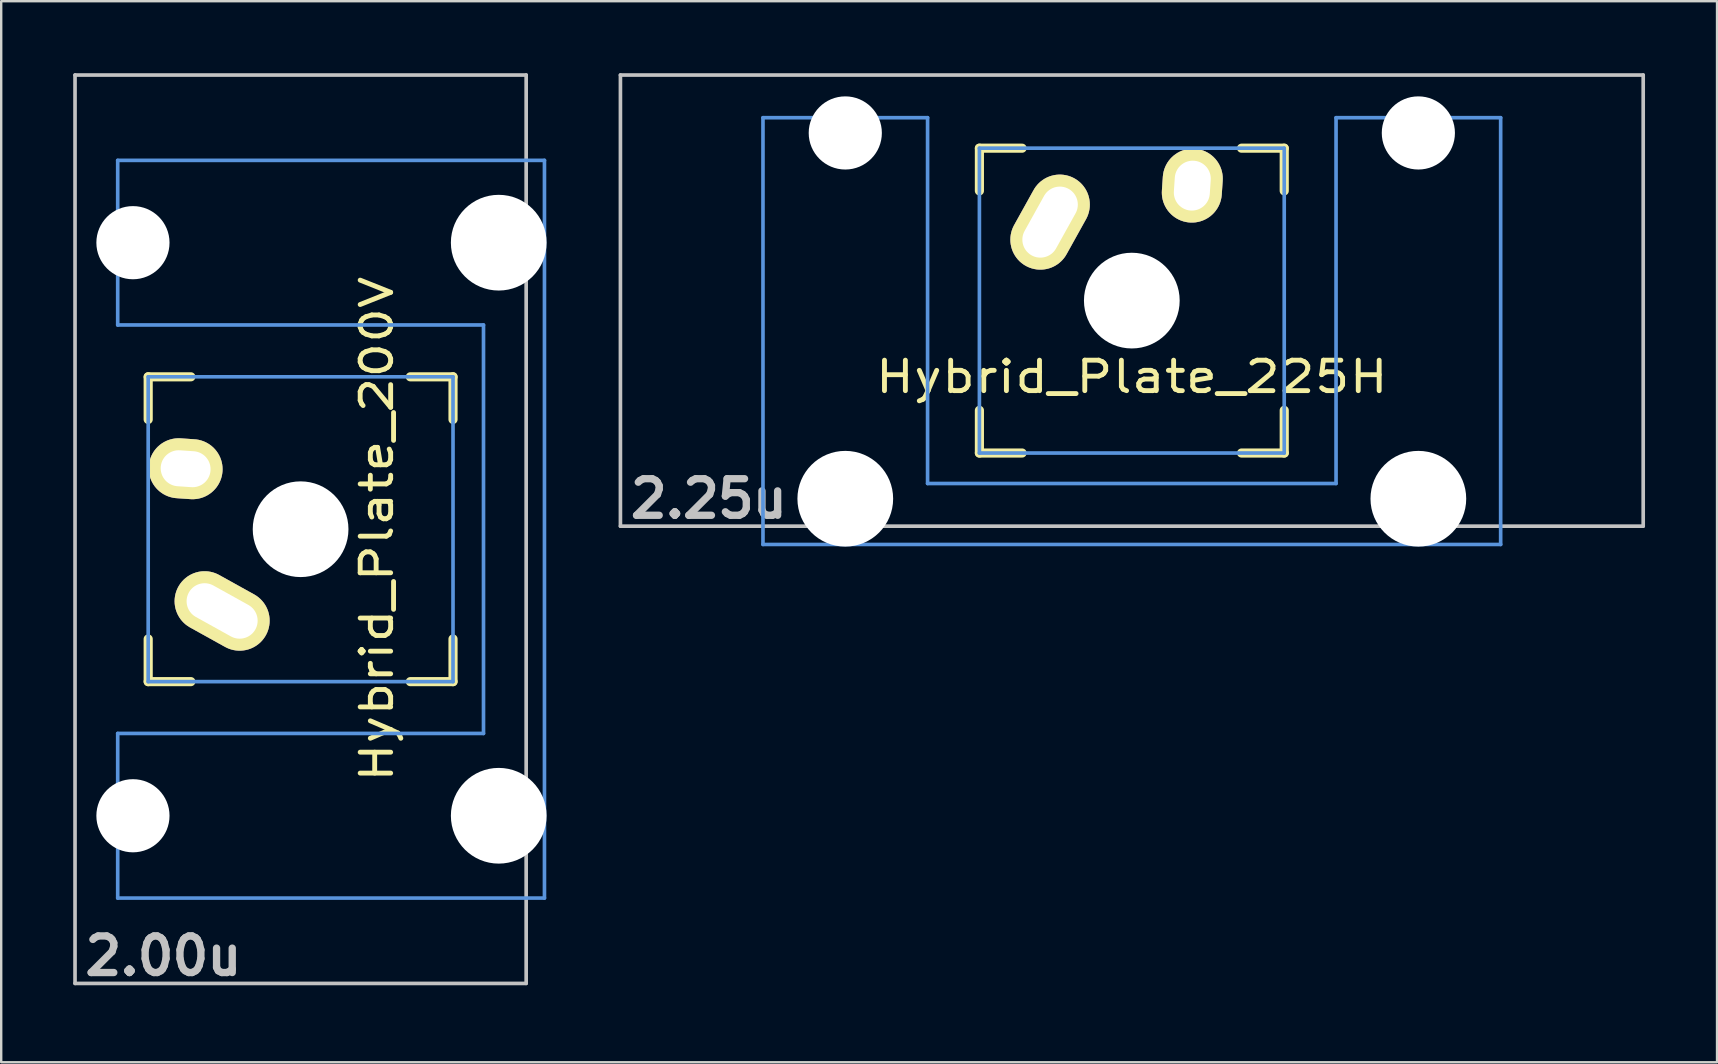
<source format=kicad_pcb>
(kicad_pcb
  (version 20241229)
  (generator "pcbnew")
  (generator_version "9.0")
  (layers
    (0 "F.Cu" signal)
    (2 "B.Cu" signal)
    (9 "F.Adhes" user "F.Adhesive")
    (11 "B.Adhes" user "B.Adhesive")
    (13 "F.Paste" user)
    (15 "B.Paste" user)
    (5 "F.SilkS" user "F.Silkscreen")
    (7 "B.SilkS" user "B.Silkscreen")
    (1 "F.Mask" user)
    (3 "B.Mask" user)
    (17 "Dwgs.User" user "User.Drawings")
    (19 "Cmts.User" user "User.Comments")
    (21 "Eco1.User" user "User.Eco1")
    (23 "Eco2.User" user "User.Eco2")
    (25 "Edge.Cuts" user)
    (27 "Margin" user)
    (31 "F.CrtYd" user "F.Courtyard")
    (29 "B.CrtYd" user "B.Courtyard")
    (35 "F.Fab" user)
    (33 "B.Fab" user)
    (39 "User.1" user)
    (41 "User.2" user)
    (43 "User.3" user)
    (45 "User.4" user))
  (footprint "Hybrid_Plate_200V"
    (layer "F.Cu")
    (at 9.474 18.999)
    (property "Reference" "Hybrid_Plate_200V" (at 3.175 0 90) (layer "F.SilkS") (effects (font (size 1.27 1.524) (thickness 0.203))))
    (attr through_hole)
    (fp_line (start -6.35 -6.35) (end -4.572 -6.35) (stroke (width 0.381) (type solid)) (layer "F.SilkS"))
    (fp_line (start -6.35 -4.572) (end -6.35 -6.35) (stroke (width 0.381) (type solid)) (layer "F.SilkS"))
    (fp_line (start -6.35 6.35) (end -6.35 4.572) (stroke (width 0.381) (type solid)) (layer "F.SilkS"))
    (fp_line (start -4.572 6.35) (end -6.35 6.35) (stroke (width 0.381) (type solid)) (layer "F.SilkS"))
    (fp_line (start 4.572 -6.35) (end 6.35 -6.35) (stroke (width 0.381) (type solid)) (layer "F.SilkS"))
    (fp_line (start 6.35 -6.35) (end 6.35 -4.572) (stroke (width 0.381) (type solid)) (layer "F.SilkS"))
    (fp_line (start 6.35 4.572) (end 6.35 6.35) (stroke (width 0.381) (type solid)) (layer "F.SilkS"))
    (fp_line (start 6.35 6.35) (end 4.572 6.35) (stroke (width 0.381) (type solid)) (layer "F.SilkS"))
    (fp_line (start -9.398 -18.923) (end 9.398 -18.923) (stroke (width 0.152) (type solid)) (layer "Dwgs.User"))
    (fp_line (start -9.398 18.923) (end -9.398 -18.923) (stroke (width 0.152) (type solid)) (layer "Dwgs.User"))
    (fp_line (start 9.398 -18.923) (end 9.398 18.923) (stroke (width 0.152) (type solid)) (layer "Dwgs.User"))
    (fp_line (start 9.398 18.923) (end -9.398 18.923) (stroke (width 0.152) (type solid)) (layer "Dwgs.User"))
    (fp_line (start -7.62 -15.367) (end -7.62 -8.509) (stroke (width 0.152) (type solid)) (layer "Cmts.User"))
    (fp_line (start -7.62 -8.509) (end 7.62 -8.509) (stroke (width 0.152) (type solid)) (layer "Cmts.User"))
    (fp_line (start -7.62 8.509) (end -7.62 15.367) (stroke (width 0.152) (type solid)) (layer "Cmts.User"))
    (fp_line (start -7.62 15.367) (end 10.16 15.367) (stroke (width 0.152) (type solid)) (layer "Cmts.User"))
    (fp_line (start -6.35 -6.35) (end 6.35 -6.35) (stroke (width 0.152) (type solid)) (layer "Cmts.User"))
    (fp_line (start -6.35 6.35) (end -6.35 -6.35) (stroke (width 0.152) (type solid)) (layer "Cmts.User"))
    (fp_line (start 6.35 -6.35) (end 6.35 6.35) (stroke (width 0.152) (type solid)) (layer "Cmts.User"))
    (fp_line (start 6.35 6.35) (end -6.35 6.35) (stroke (width 0.152) (type solid)) (layer "Cmts.User"))
    (fp_line (start 7.62 -8.509) (end 7.62 8.509) (stroke (width 0.152) (type solid)) (layer "Cmts.User"))
    (fp_line (start 7.62 8.509) (end -7.62 8.509) (stroke (width 0.152) (type solid)) (layer "Cmts.User"))
    (fp_line (start 10.16 -15.367) (end -7.62 -15.367) (stroke (width 0.152) (type solid)) (layer "Cmts.User"))
    (fp_line (start 10.16 15.367) (end 10.16 -15.367) (stroke (width 0.152) (type solid)) (layer "Cmts.User"))
    (fp_line (start -6.985 -6.985) (end -4.877 -6.985) (stroke (width 0.152) (type solid)) (layer "Eco2.User"))
    (fp_line (start -6.985 6.985) (end -6.985 -6.985) (stroke (width 0.152) (type solid)) (layer "Eco2.User"))
    (fp_line (start -5.69 -15.265) (end -2.286 -15.265) (stroke (width 0.152) (type solid)) (layer "Eco2.User"))
    (fp_line (start -5.69 -8.611) (end -5.69 -15.265) (stroke (width 0.152) (type solid)) (layer "Eco2.User"))
    (fp_line (start -5.69 8.611) (end -4.877 8.611) (stroke (width 0.152) (type solid)) (layer "Eco2.User"))
    (fp_line (start -5.69 15.265) (end -5.69 8.611) (stroke (width 0.152) (type solid)) (layer "Eco2.User"))
    (fp_line (start -4.877 -8.611) (end -5.69 -8.611) (stroke (width 0.152) (type solid)) (layer "Eco2.User"))
    (fp_line (start -4.877 -6.985) (end -4.877 -8.611) (stroke (width 0.152) (type solid)) (layer "Eco2.User"))
    (fp_line (start -4.877 6.985) (end -6.985 6.985) (stroke (width 0.152) (type solid)) (layer "Eco2.User"))
    (fp_line (start -4.877 8.611) (end -4.877 6.985) (stroke (width 0.152) (type solid)) (layer "Eco2.User"))
    (fp_line (start -2.286 -16.129) (end 0.508 -16.129) (stroke (width 0.152) (type solid)) (layer "Eco2.User"))
    (fp_line (start -2.286 -15.265) (end -2.286 -16.129) (stroke (width 0.152) (type solid)) (layer "Eco2.User"))
    (fp_line (start -2.286 15.265) (end -5.69 15.265) (stroke (width 0.152) (type solid)) (layer "Eco2.User"))
    (fp_line (start -2.286 16.129) (end -2.286 15.265) (stroke (width 0.152) (type solid)) (layer "Eco2.User"))
    (fp_line (start 0.508 -16.129) (end 0.508 -15.265) (stroke (width 0.152) (type solid)) (layer "Eco2.User"))
    (fp_line (start 0.508 -15.265) (end 6.604 -15.265) (stroke (width 0.152) (type solid)) (layer "Eco2.User"))
    (fp_line (start 0.508 15.265) (end 0.508 16.129) (stroke (width 0.152) (type solid)) (layer "Eco2.User"))
    (fp_line (start 0.508 16.129) (end -2.286 16.129) (stroke (width 0.152) (type solid)) (layer "Eco2.User"))
    (fp_line (start 5.817 -8.611) (end 5.817 -6.985) (stroke (width 0.152) (type solid)) (layer "Eco2.User"))
    (fp_line (start 5.817 -6.985) (end 6.985 -6.985) (stroke (width 0.152) (type solid)) (layer "Eco2.User"))
    (fp_line (start 5.817 6.985) (end 5.817 8.611) (stroke (width 0.152) (type solid)) (layer "Eco2.User"))
    (fp_line (start 5.817 8.611) (end 6.604 8.611) (stroke (width 0.152) (type solid)) (layer "Eco2.User"))
    (fp_line (start 6.604 -15.265) (end 6.604 -14.224) (stroke (width 0.152) (type solid)) (layer "Eco2.User"))
    (fp_line (start 6.604 -14.224) (end 7.772 -14.224) (stroke (width 0.152) (type solid)) (layer "Eco2.User"))
    (fp_line (start 6.604 -9.652) (end 6.604 -8.611) (stroke (width 0.152) (type solid)) (layer "Eco2.User"))
    (fp_line (start 6.604 -8.611) (end 5.817 -8.611) (stroke (width 0.152) (type solid)) (layer "Eco2.User"))
    (fp_line (start 6.604 8.611) (end 6.604 9.652) (stroke (width 0.152) (type solid)) (layer "Eco2.User"))
    (fp_line (start 6.604 9.652) (end 7.772 9.652) (stroke (width 0.152) (type solid)) (layer "Eco2.User"))
    (fp_line (start 6.604 14.224) (end 6.604 15.265) (stroke (width 0.152) (type solid)) (layer "Eco2.User"))
    (fp_line (start 6.604 15.265) (end 0.508 15.265) (stroke (width 0.152) (type solid)) (layer "Eco2.User"))
    (fp_line (start 6.985 -6.985) (end 6.985 6.985) (stroke (width 0.152) (type solid)) (layer "Eco2.User"))
    (fp_line (start 6.985 6.985) (end 5.817 6.985) (stroke (width 0.152) (type solid)) (layer "Eco2.User"))
    (fp_line (start 7.772 -14.224) (end 7.772 -9.652) (stroke (width 0.152) (type solid)) (layer "Eco2.User"))
    (fp_line (start 7.772 -9.652) (end 6.604 -9.652) (stroke (width 0.152) (type solid)) (layer "Eco2.User"))
    (fp_line (start 7.772 9.652) (end 7.772 14.224) (stroke (width 0.152) (type solid)) (layer "Eco2.User"))
    (fp_line (start 7.772 14.224) (end 6.604 14.224) (stroke (width 0.152) (type solid)) (layer "Eco2.User"))
    (fp_text user "2.00u" (at -5.715 17.78 0) (layer "Dwgs.User") (effects (font (size 1.524 1.524) (thickness 0.305))))
    (pad "" np_thru_hole circle (at -6.985 -11.938 90) (size 3.048 3.048) (drill 3.048) (layers "*.Cu"))
    (pad "" np_thru_hole circle (at -6.985 11.938 90) (size 3.048 3.048) (drill 3.048) (layers "*.Cu"))
    (pad "" np_thru_hole circle (at 0 0 90) (size 3.988 3.988) (drill 3.988) (layers "*.Cu"))
    (pad "" np_thru_hole circle (at 8.255 -11.938 90) (size 3.988 3.988) (drill 3.988) (layers "*.Cu"))
    (pad "" np_thru_hole circle (at 8.255 11.938 90) (size 3.988 3.988) (drill 3.988) (layers "*.Cu"))
    (pad "1" thru_hole oval (at -3.27 3.405 60.95) (size 2.5 4.17) (drill oval 1.5 3.17) (layers "*.Cu" "*.Mask" "F.SilkS"))
    (pad "2" thru_hole oval (at -4.79 -2.52 86.1) (size 2.5 3.08) (drill oval 1.5 2.08) (layers "*.Cu" "*.Mask" "F.SilkS")))
  (footprint "Hybrid_Plate_225H"
    (layer "F.Cu")
    (at 44.105 9.474)
    (property "Reference" "Hybrid_Plate_225H" (at 0 3.175 0) (layer "F.SilkS") (effects (font (size 1.27 1.524) (thickness 0.203))))
    (attr through_hole)
    (fp_line (start -6.35 -6.35) (end -4.572 -6.35) (stroke (width 0.381) (type solid)) (layer "F.SilkS"))
    (fp_line (start -6.35 -4.572) (end -6.35 -6.35) (stroke (width 0.381) (type solid)) (layer "F.SilkS"))
    (fp_line (start -6.35 6.35) (end -6.35 4.572) (stroke (width 0.381) (type solid)) (layer "F.SilkS"))
    (fp_line (start -4.572 6.35) (end -6.35 6.35) (stroke (width 0.381) (type solid)) (layer "F.SilkS"))
    (fp_line (start 4.572 -6.35) (end 6.35 -6.35) (stroke (width 0.381) (type solid)) (layer "F.SilkS"))
    (fp_line (start 6.35 -6.35) (end 6.35 -4.572) (stroke (width 0.381) (type solid)) (layer "F.SilkS"))
    (fp_line (start 6.35 4.572) (end 6.35 6.35) (stroke (width 0.381) (type solid)) (layer "F.SilkS"))
    (fp_line (start 6.35 6.35) (end 4.572 6.35) (stroke (width 0.381) (type solid)) (layer "F.SilkS"))
    (fp_line (start -21.306 -9.398) (end 21.306 -9.398) (stroke (width 0.152) (type solid)) (layer "Dwgs.User"))
    (fp_line (start -21.306 9.398) (end -21.306 -9.398) (stroke (width 0.152) (type solid)) (layer "Dwgs.User"))
    (fp_line (start 21.306 -9.398) (end 21.306 9.398) (stroke (width 0.152) (type solid)) (layer "Dwgs.User"))
    (fp_line (start 21.306 9.398) (end -21.306 9.398) (stroke (width 0.152) (type solid)) (layer "Dwgs.User"))
    (fp_line (start -15.367 -7.62) (end -15.367 10.16) (stroke (width 0.152) (type solid)) (layer "Cmts.User"))
    (fp_line (start -15.367 10.16) (end 15.367 10.16) (stroke (width 0.152) (type solid)) (layer "Cmts.User"))
    (fp_line (start -8.509 -7.62) (end -15.367 -7.62) (stroke (width 0.152) (type solid)) (layer "Cmts.User"))
    (fp_line (start -8.509 7.62) (end -8.509 -7.62) (stroke (width 0.152) (type solid)) (layer "Cmts.User"))
    (fp_line (start -6.35 -6.35) (end 6.35 -6.35) (stroke (width 0.152) (type solid)) (layer "Cmts.User"))
    (fp_line (start -6.35 6.35) (end -6.35 -6.35) (stroke (width 0.152) (type solid)) (layer "Cmts.User"))
    (fp_line (start 6.35 -6.35) (end 6.35 6.35) (stroke (width 0.152) (type solid)) (layer "Cmts.User"))
    (fp_line (start 6.35 6.35) (end -6.35 6.35) (stroke (width 0.152) (type solid)) (layer "Cmts.User"))
    (fp_line (start 8.509 -7.62) (end 8.509 7.62) (stroke (width 0.152) (type solid)) (layer "Cmts.User"))
    (fp_line (start 8.509 7.62) (end -8.509 7.62) (stroke (width 0.152) (type solid)) (layer "Cmts.User"))
    (fp_line (start 15.367 -7.62) (end 8.509 -7.62) (stroke (width 0.152) (type solid)) (layer "Cmts.User"))
    (fp_line (start 15.367 10.16) (end 15.367 -7.62) (stroke (width 0.152) (type solid)) (layer "Cmts.User"))
    (fp_line (start -16.129 -2.286) (end -15.265 -2.286) (stroke (width 0.152) (type solid)) (layer "Eco2.User"))
    (fp_line (start -16.129 0.508) (end -16.129 -2.286) (stroke (width 0.152) (type solid)) (layer "Eco2.User"))
    (fp_line (start -15.265 -5.69) (end -8.611 -5.69) (stroke (width 0.152) (type solid)) (layer "Eco2.User"))
    (fp_line (start -15.265 -2.286) (end -15.265 -5.69) (stroke (width 0.152) (type solid)) (layer "Eco2.User"))
    (fp_line (start -15.265 0.508) (end -16.129 0.508) (stroke (width 0.152) (type solid)) (layer "Eco2.User"))
    (fp_line (start -15.265 6.604) (end -15.265 0.508) (stroke (width 0.152) (type solid)) (layer "Eco2.User"))
    (fp_line (start -14.224 6.604) (end -15.265 6.604) (stroke (width 0.152) (type solid)) (layer "Eco2.User"))
    (fp_line (start -14.224 7.772) (end -14.224 6.604) (stroke (width 0.152) (type solid)) (layer "Eco2.User"))
    (fp_line (start -9.652 6.604) (end -9.652 7.772) (stroke (width 0.152) (type solid)) (layer "Eco2.User"))
    (fp_line (start -9.652 7.772) (end -14.224 7.772) (stroke (width 0.152) (type solid)) (layer "Eco2.User"))
    (fp_line (start -8.611 -5.69) (end -8.611 -4.877) (stroke (width 0.152) (type solid)) (layer "Eco2.User"))
    (fp_line (start -8.611 -4.877) (end -6.985 -4.877) (stroke (width 0.152) (type solid)) (layer "Eco2.User"))
    (fp_line (start -8.611 5.817) (end -8.611 6.604) (stroke (width 0.152) (type solid)) (layer "Eco2.User"))
    (fp_line (start -8.611 6.604) (end -9.652 6.604) (stroke (width 0.152) (type solid)) (layer "Eco2.User"))
    (fp_line (start -6.985 -6.985) (end 6.985 -6.985) (stroke (width 0.152) (type solid)) (layer "Eco2.User"))
    (fp_line (start -6.985 -4.877) (end -6.985 -6.985) (stroke (width 0.152) (type solid)) (layer "Eco2.User"))
    (fp_line (start -6.985 5.817) (end -8.611 5.817) (stroke (width 0.152) (type solid)) (layer "Eco2.User"))
    (fp_line (start -6.985 6.985) (end -6.985 5.817) (stroke (width 0.152) (type solid)) (layer "Eco2.User"))
    (fp_line (start 6.985 -6.985) (end 6.985 -4.877) (stroke (width 0.152) (type solid)) (layer "Eco2.User"))
    (fp_line (start 6.985 -4.877) (end 8.611 -4.877) (stroke (width 0.152) (type solid)) (layer "Eco2.User"))
    (fp_line (start 6.985 5.817) (end 6.985 6.985) (stroke (width 0.152) (type solid)) (layer "Eco2.User"))
    (fp_line (start 6.985 6.985) (end -6.985 6.985) (stroke (width 0.152) (type solid)) (layer "Eco2.User"))
    (fp_line (start 8.611 -5.69) (end 15.265 -5.69) (stroke (width 0.152) (type solid)) (layer "Eco2.User"))
    (fp_line (start 8.611 -4.877) (end 8.611 -5.69) (stroke (width 0.152) (type solid)) (layer "Eco2.User"))
    (fp_line (start 8.611 5.817) (end 6.985 5.817) (stroke (width 0.152) (type solid)) (layer "Eco2.User"))
    (fp_line (start 8.611 6.604) (end 8.611 5.817) (stroke (width 0.152) (type solid)) (layer "Eco2.User"))
    (fp_line (start 9.652 6.604) (end 8.611 6.604) (stroke (width 0.152) (type solid)) (layer "Eco2.User"))
    (fp_line (start 9.652 7.772) (end 9.652 6.604) (stroke (width 0.152) (type solid)) (layer "Eco2.User"))
    (fp_line (start 14.224 6.604) (end 14.224 7.772) (stroke (width 0.152) (type solid)) (layer "Eco2.User"))
    (fp_line (start 14.224 7.772) (end 9.652 7.772) (stroke (width 0.152) (type solid)) (layer "Eco2.User"))
    (fp_line (start 15.265 -5.69) (end 15.265 -2.286) (stroke (width 0.152) (type solid)) (layer "Eco2.User"))
    (fp_line (start 15.265 -2.286) (end 16.129 -2.286) (stroke (width 0.152) (type solid)) (layer "Eco2.User"))
    (fp_line (start 15.265 0.508) (end 15.265 6.604) (stroke (width 0.152) (type solid)) (layer "Eco2.User"))
    (fp_line (start 15.265 6.604) (end 14.224 6.604) (stroke (width 0.152) (type solid)) (layer "Eco2.User"))
    (fp_line (start 16.129 -2.286) (end 16.129 0.508) (stroke (width 0.152) (type solid)) (layer "Eco2.User"))
    (fp_line (start 16.129 0.508) (end 15.265 0.508) (stroke (width 0.152) (type solid)) (layer "Eco2.User"))
    (fp_text user "2.25u" (at -17.623 8.255 0) (layer "Dwgs.User") (effects (font (size 1.524 1.524) (thickness 0.305))))
    (pad "" np_thru_hole circle (at -11.938 -6.985) (size 3.048 3.048) (drill 3.048) (layers "*.Cu"))
    (pad "" np_thru_hole circle (at -11.938 8.255) (size 3.988 3.988) (drill 3.988) (layers "*.Cu"))
    (pad "" np_thru_hole circle (at 0 0) (size 3.988 3.988) (drill 3.988) (layers "*.Cu"))
    (pad "" np_thru_hole circle (at 11.938 -6.985) (size 3.048 3.048) (drill 3.048) (layers "*.Cu"))
    (pad "" np_thru_hole circle (at 11.938 8.255) (size 3.988 3.988) (drill 3.988) (layers "*.Cu"))
    (pad "1" thru_hole oval (at -3.405 -3.27 330.95) (size 2.5 4.17) (drill oval 1.5 3.17) (layers "*.Cu" "*.Mask" "F.SilkS"))
    (pad "2" thru_hole oval (at 2.52 -4.79 356.1) (size 2.5 3.08) (drill oval 1.5 2.08) (layers "*.Cu" "*.Mask" "F.SilkS")))
  (gr_rect
    (start -3 -3)
    (end 68.487 41.206)
    (stroke (width 0.1) (type default))
    (fill no)
    (layer "Edge.Cuts")))
</source>
